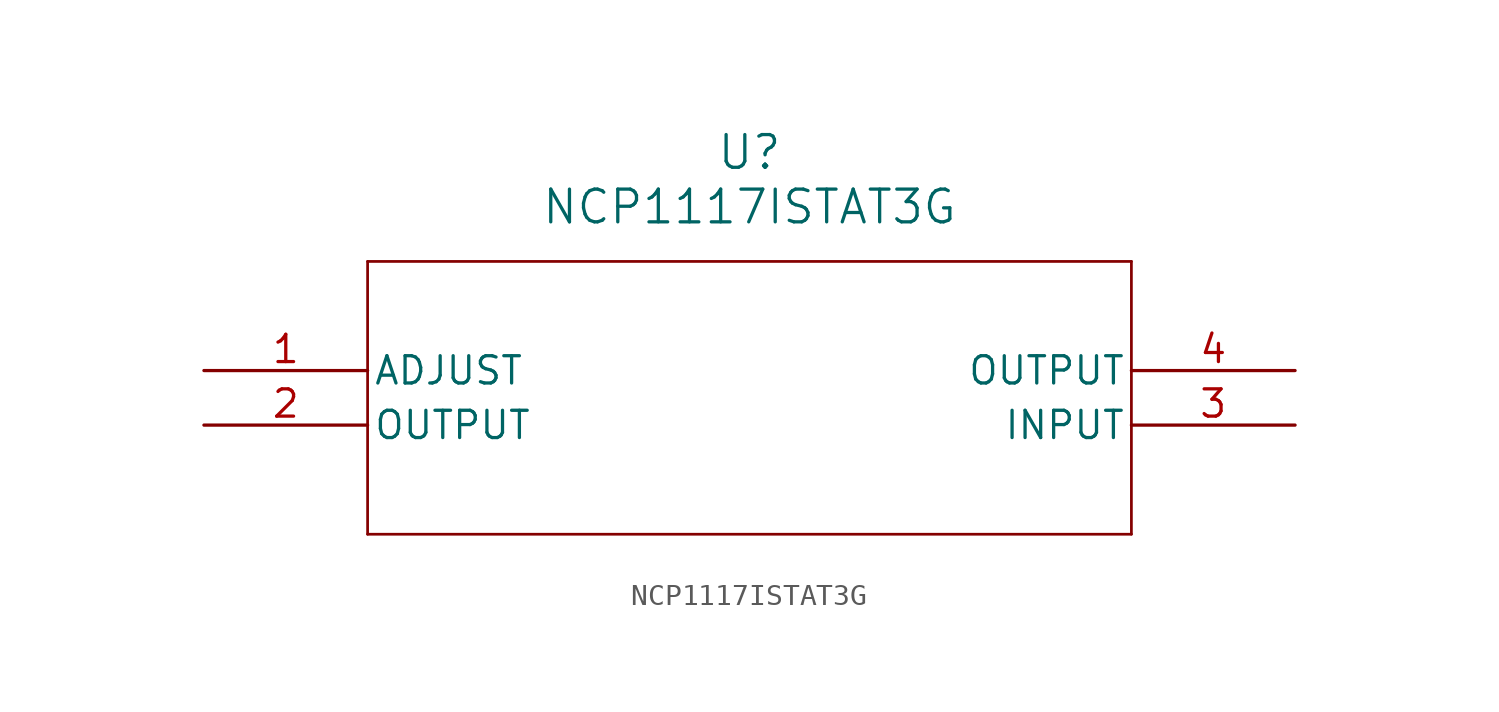
<source format=kicad_sym>
(kicad_symbol_lib
  (version 20211014)
  (generator kicad_symbol_editor)
  (symbol "NCP1117ISTAT3G"
    (pin_names
      (offset 0.254))
    (property "Reference" "U"
      (at 25.4 10.16 0)
      (effects (font (size 1.524 1.524))))
    (property "Value" "NCP1117ISTAT3G"
      (at 25.4 7.62 0)
      (effects (font (size 1.524 1.524))))
    (symbol "NCP1117ISTAT3G_0_1"
      (polyline (pts (xy 7.62 5.08) (xy 7.62 -7.62)) (stroke (width 0.127) (type default) (color 0 0 0 0)) (fill (type none)))
      (polyline (pts (xy 7.62 -7.62) (xy 43.18 -7.62)) (stroke (width 0.127) (type default) (color 0 0 0 0)) (fill (type none)))
      (polyline (pts (xy 43.18 -7.62) (xy 43.18 5.08)) (stroke (width 0.127) (type default) (color 0 0 0 0)) (fill (type none)))
      (polyline (pts (xy 43.18 5.08) (xy 7.62 5.08)) (stroke (width 0.127) (type default) (color 0 0 0 0)) (fill (type none)))
      (pin input line (at 0 0 0) (length 7.62) (name "ADJUST" (effects (font (size 1.27 1.27)))) (number "1" (effects (font (size 1.27 1.27)))))
      (pin output line (at 0 -2.54 0) (length 7.62) (name "OUTPUT" (effects (font (size 1.27 1.27)))) (number "2" (effects (font (size 1.27 1.27)))))
      (pin input line (at 50.8 -2.54 180) (length 7.62) (name "INPUT" (effects (font (size 1.27 1.27)))) (number "3" (effects (font (size 1.27 1.27)))))
      (pin output line (at 50.8 0 180) (length 7.62) (name "OUTPUT" (effects (font (size 1.27 1.27)))) (number "4" (effects (font (size 1.27 1.27))))))))
</source>
